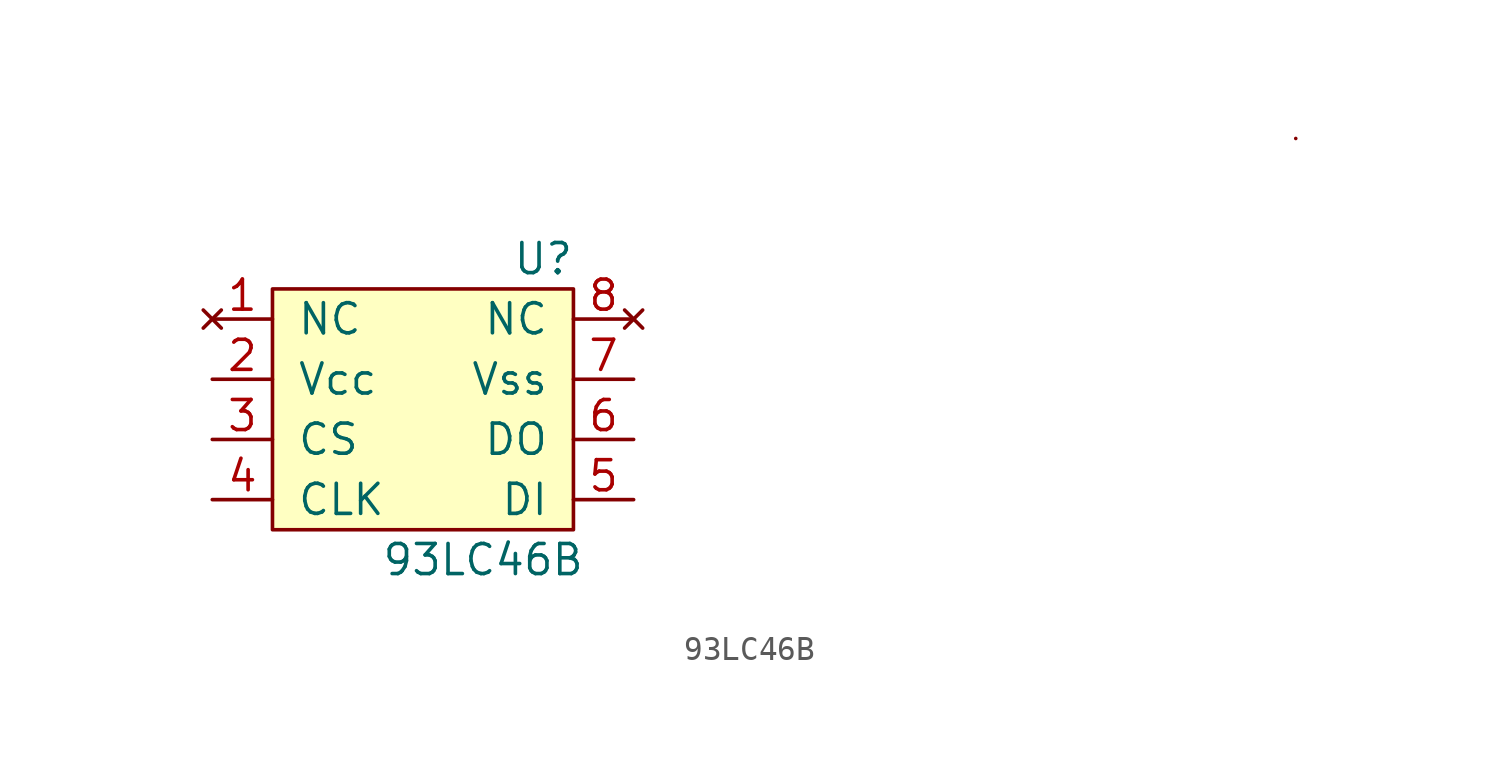
<source format=kicad_sym>
(kicad_symbol_lib
  (version 20211014)
  (generator kicad_symbol_editor)
  (symbol "93LC46B"
    (pin_names
      (offset 1.02))
    (property "Reference" "U"
      (at 5.08 6.35 0)
      (effects (font (size 1.27 1.27))))
    (property "Value" "93LC46B"
      (at 2.54 -6.35 0)
      (effects (font (size 1.27 1.27))))
    (symbol "93LC46B_0_1"
      (rectangle (start -6.35 5.08) (end 6.35 -5.08) (stroke (width 0) (type default) (color 0 0 0 0)) (fill (type background)))
      (rectangle (start 36.83 11.43) (end 36.83 11.43) (stroke (width 0) (type default) (color 0 0 0 0)) (fill (type none))))
    (symbol "93LC46B_1_1"
      (pin no_connect line (at -8.89 3.81 0) (length 2.54) (name "NC" (effects (font (size 1.27 1.27)))) (number "1" (effects (font (size 1.27 1.27)))))
      (pin input line (at -8.89 1.27 0) (length 2.54) (name "Vcc" (effects (font (size 1.27 1.27)))) (number "2" (effects (font (size 1.27 1.27)))))
      (pin input line (at -8.89 -1.27 0) (length 2.54) (name "CS" (effects (font (size 1.27 1.27)))) (number "3" (effects (font (size 1.27 1.27)))))
      (pin input line (at -8.89 -3.81 0) (length 2.54) (name "CLK" (effects (font (size 1.27 1.27)))) (number "4" (effects (font (size 1.27 1.27)))))
      (pin input line (at 8.89 -3.81 180) (length 2.54) (name "DI" (effects (font (size 1.27 1.27)))) (number "5" (effects (font (size 1.27 1.27)))))
      (pin output line (at 8.89 -1.27 180) (length 2.54) (name "DO" (effects (font (size 1.27 1.27)))) (number "6" (effects (font (size 1.27 1.27)))))
      (pin input line (at 8.89 1.27 180) (length 2.54) (name "Vss" (effects (font (size 1.27 1.27)))) (number "7" (effects (font (size 1.27 1.27)))))
      (pin no_connect line (at 8.89 3.81 180) (length 2.54) (name "NC" (effects (font (size 1.27 1.27)))) (number "8" (effects (font (size 1.27 1.27))))))))
</source>
